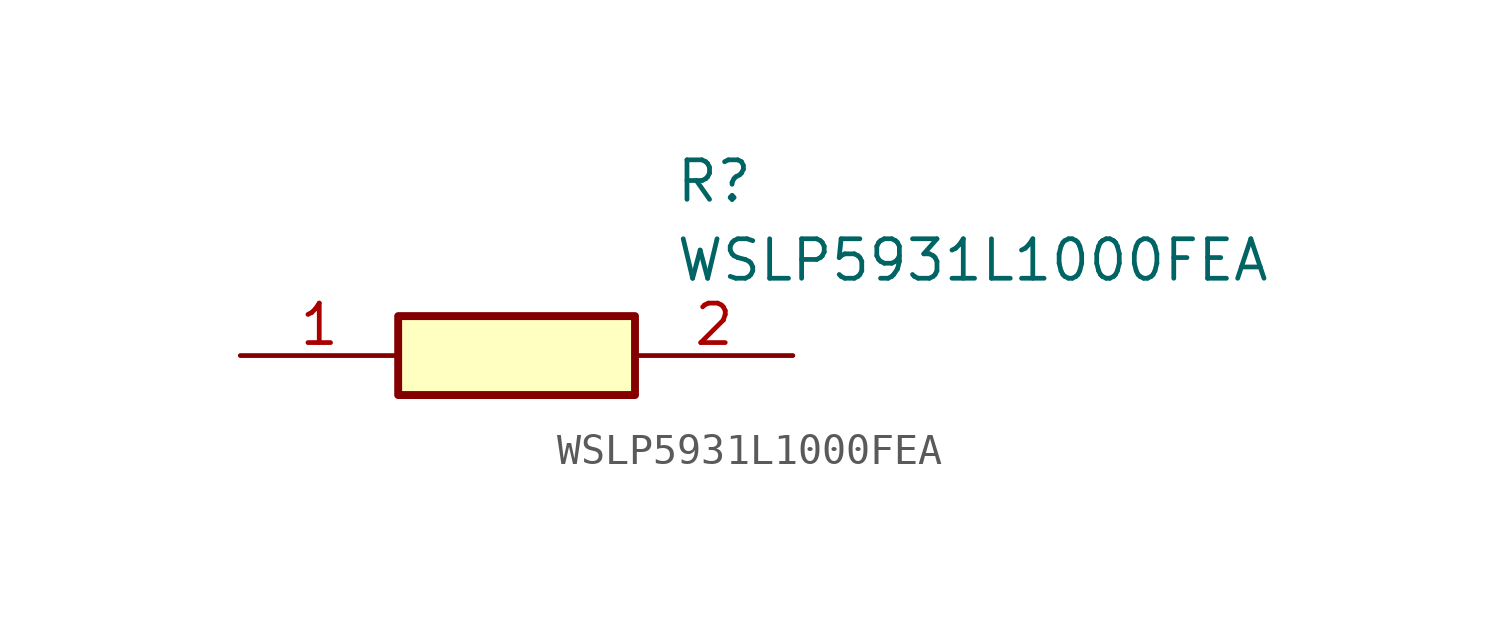
<source format=kicad_sym>
(kicad_symbol_lib
  (version 20211014)
  (generator SamacSys_ECAD_Model)
  (symbol "WSLP5931L1000FEA"
    (pin_names hide)
    (property "Reference" "R"
      (at 13.97 6.35 0)
      (effects (font (size 1.27 1.27)) (justify left top)))
    (property "Value" "WSLP5931L1000FEA"
      (at 13.97 3.81 0)
      (effects (font (size 1.27 1.27)) (justify left top)))
    (rectangle
      (start 5.08 1.27)
      (end 12.7 -1.27)
      (stroke (width 0.254) (type default))
      (fill (type background)))
    (pin passive line
      (at 0 0 0)
      (length 5.08)
      (name "1" (effects (font (size 1.27 1.27))))
      (number "1" (effects (font (size 1.27 1.27)))))
    (pin passive line
      (at 17.78 0 180)
      (length 5.08)
      (name "2" (effects (font (size 1.27 1.27))))
      (number "2" (effects (font (size 1.27 1.27)))))))
</source>
